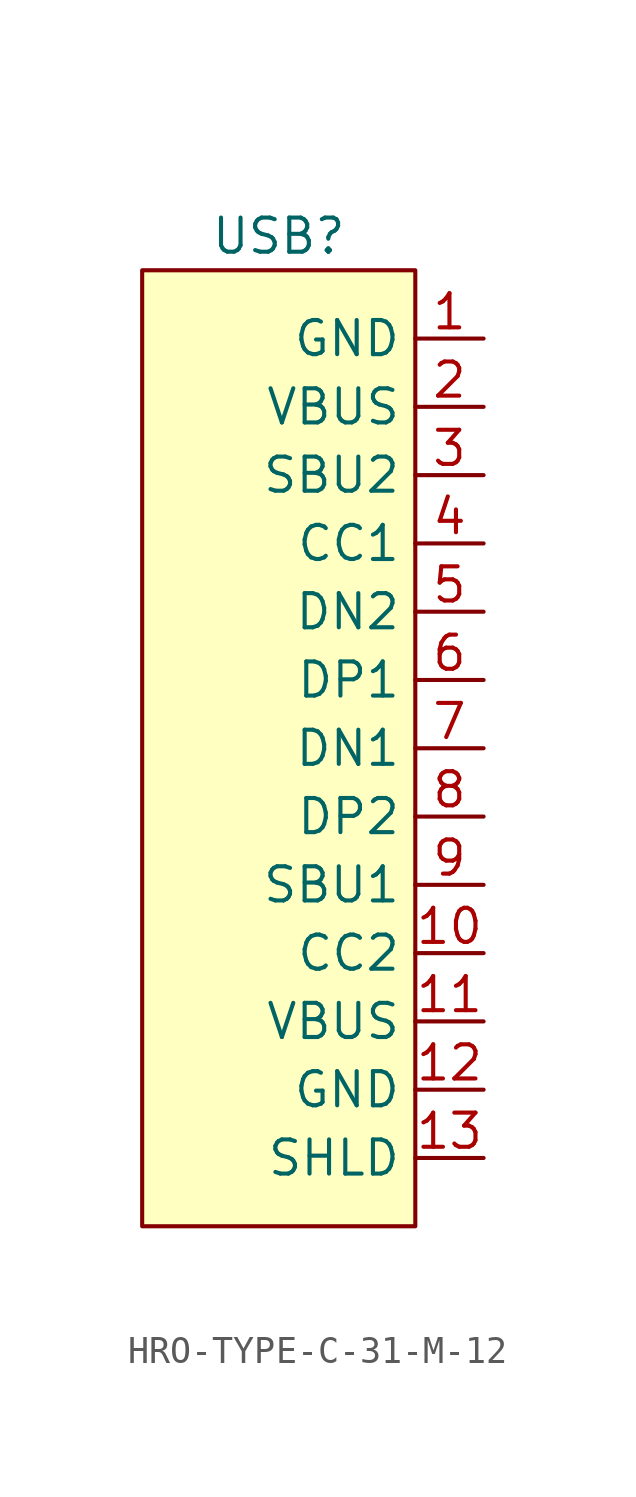
<source format=kicad_sym>
(kicad_symbol_lib
  (version 20220914)
  (generator kicad_symbol_editor)
  (symbol "HRO-TYPE-C-31-M-12"
    (property "Reference" "USB"
      (at 0 0 0)
      (effects (font (size 1.27 1.27))))
    (property "Value" ""
      (at 0 0 0)
      (effects (font (size 1.27 1.27))))
    (symbol "HRO-TYPE-C-31-M-12_1_1"
      (rectangle (start -5.08 -1.27) (end 5.08 -36.83) (stroke (width 0) (type default)) (fill (type background)))
      (pin input line (at 7.62 -3.81 180) (length 2.54) (name "GND" (effects (font (size 1.27 1.27)))) (number "1" (effects (font (size 1.27 1.27)))))
      (pin input line (at 7.62 -26.67 180) (length 2.54) (name "CC2" (effects (font (size 1.27 1.27)))) (number "10" (effects (font (size 1.27 1.27)))))
      (pin input line (at 7.62 -29.21 180) (length 2.54) (name "VBUS" (effects (font (size 1.27 1.27)))) (number "11" (effects (font (size 1.27 1.27)))))
      (pin input line (at 7.62 -31.75 180) (length 2.54) (name "GND" (effects (font (size 1.27 1.27)))) (number "12" (effects (font (size 1.27 1.27)))))
      (pin input line (at 7.62 -34.29 180) (length 2.54) (name "SHLD" (effects (font (size 1.27 1.27)))) (number "13" (effects (font (size 1.27 1.27)))))
      (pin input line (at 7.62 -6.35 180) (length 2.54) (name "VBUS" (effects (font (size 1.27 1.27)))) (number "2" (effects (font (size 1.27 1.27)))))
      (pin input line (at 7.62 -8.89 180) (length 2.54) (name "SBU2" (effects (font (size 1.27 1.27)))) (number "3" (effects (font (size 1.27 1.27)))))
      (pin input line (at 7.62 -11.43 180) (length 2.54) (name "CC1" (effects (font (size 1.27 1.27)))) (number "4" (effects (font (size 1.27 1.27)))))
      (pin input line (at 7.62 -13.97 180) (length 2.54) (name "DN2" (effects (font (size 1.27 1.27)))) (number "5" (effects (font (size 1.27 1.27)))))
      (pin input line (at 7.62 -16.51 180) (length 2.54) (name "DP1" (effects (font (size 1.27 1.27)))) (number "6" (effects (font (size 1.27 1.27)))))
      (pin input line (at 7.62 -19.05 180) (length 2.54) (name "DN1" (effects (font (size 1.27 1.27)))) (number "7" (effects (font (size 1.27 1.27)))))
      (pin input line (at 7.62 -21.59 180) (length 2.54) (name "DP2" (effects (font (size 1.27 1.27)))) (number "8" (effects (font (size 1.27 1.27)))))
      (pin input line (at 7.62 -24.13 180) (length 2.54) (name "SBU1" (effects (font (size 1.27 1.27)))) (number "9" (effects (font (size 1.27 1.27))))))))
</source>
